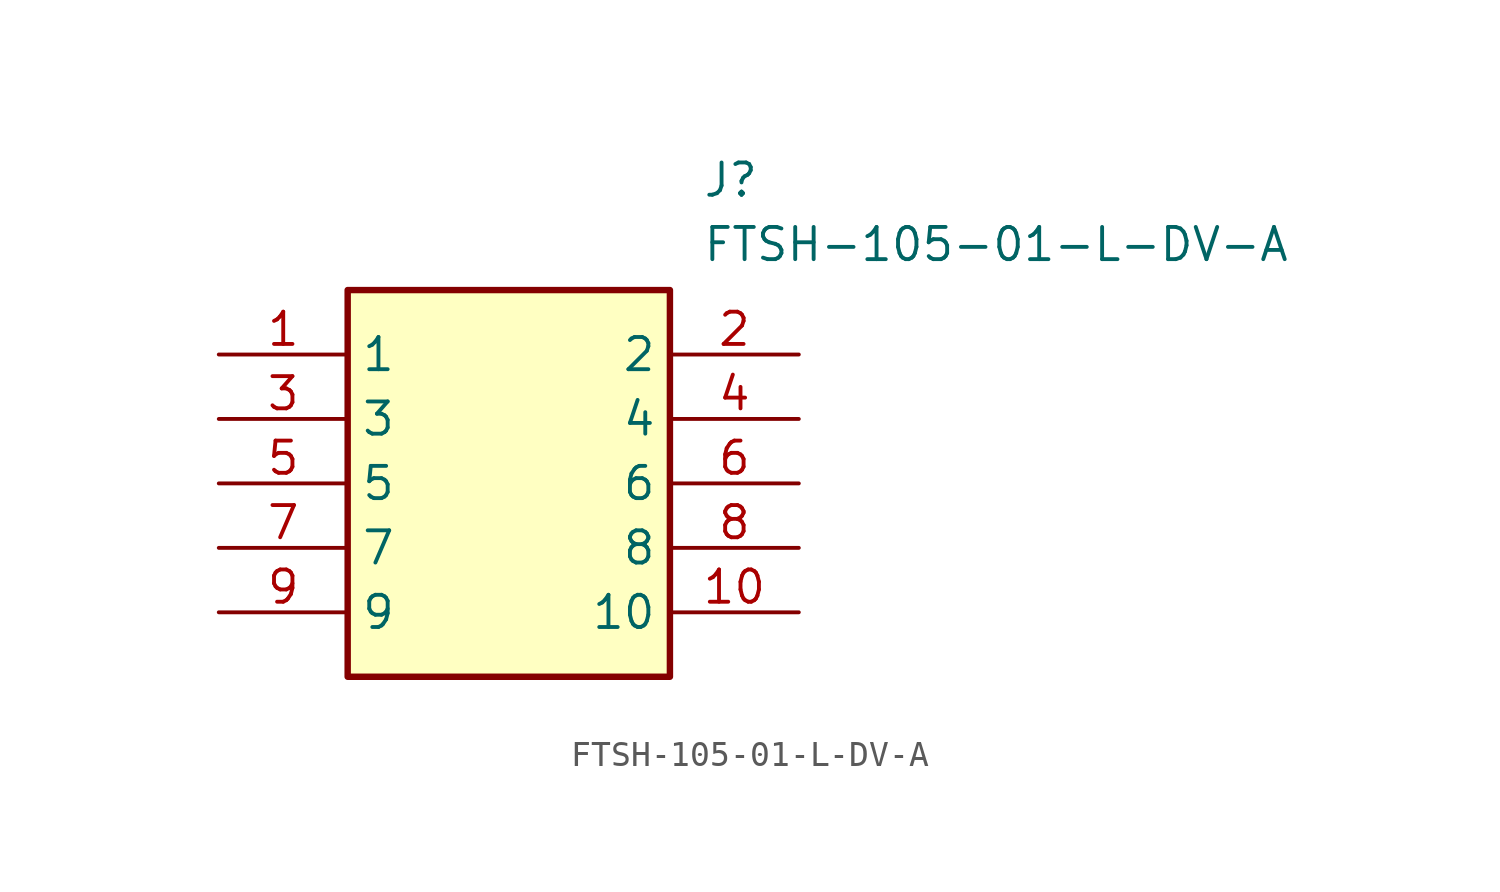
<source format=kicad_sym>
(kicad_symbol_lib
  (version 20211014)
  (generator SamacSys_ECAD_Model)
  (symbol "FTSH-105-01-L-DV-A"
    (property "Reference" "J"
      (at 19.05 7.62 0)
      (effects (font (size 1.27 1.27)) (justify left top)))
    (property "Value" "FTSH-105-01-L-DV-A"
      (at 19.05 5.08 0)
      (effects (font (size 1.27 1.27)) (justify left top)))
    (rectangle
      (start 5.08 2.54)
      (end 17.78 -12.7)
      (stroke (width 0.254) (type default))
      (fill (type background)))
    (pin passive line
      (at 0 0 0)
      (length 5.08)
      (name "1" (effects (font (size 1.27 1.27))))
      (number "1" (effects (font (size 1.27 1.27)))))
    (pin passive line
      (at 22.86 0 180)
      (length 5.08)
      (name "2" (effects (font (size 1.27 1.27))))
      (number "2" (effects (font (size 1.27 1.27)))))
    (pin passive line
      (at 0 -2.54 0)
      (length 5.08)
      (name "3" (effects (font (size 1.27 1.27))))
      (number "3" (effects (font (size 1.27 1.27)))))
    (pin passive line
      (at 22.86 -2.54 180)
      (length 5.08)
      (name "4" (effects (font (size 1.27 1.27))))
      (number "4" (effects (font (size 1.27 1.27)))))
    (pin passive line
      (at 0 -5.08 0)
      (length 5.08)
      (name "5" (effects (font (size 1.27 1.27))))
      (number "5" (effects (font (size 1.27 1.27)))))
    (pin passive line
      (at 22.86 -5.08 180)
      (length 5.08)
      (name "6" (effects (font (size 1.27 1.27))))
      (number "6" (effects (font (size 1.27 1.27)))))
    (pin passive line
      (at 0 -7.62 0)
      (length 5.08)
      (name "7" (effects (font (size 1.27 1.27))))
      (number "7" (effects (font (size 1.27 1.27)))))
    (pin passive line
      (at 22.86 -7.62 180)
      (length 5.08)
      (name "8" (effects (font (size 1.27 1.27))))
      (number "8" (effects (font (size 1.27 1.27)))))
    (pin passive line
      (at 0 -10.16 0)
      (length 5.08)
      (name "9" (effects (font (size 1.27 1.27))))
      (number "9" (effects (font (size 1.27 1.27)))))
    (pin passive line
      (at 22.86 -10.16 180)
      (length 5.08)
      (name "10" (effects (font (size 1.27 1.27))))
      (number "10" (effects (font (size 1.27 1.27)))))))
</source>
